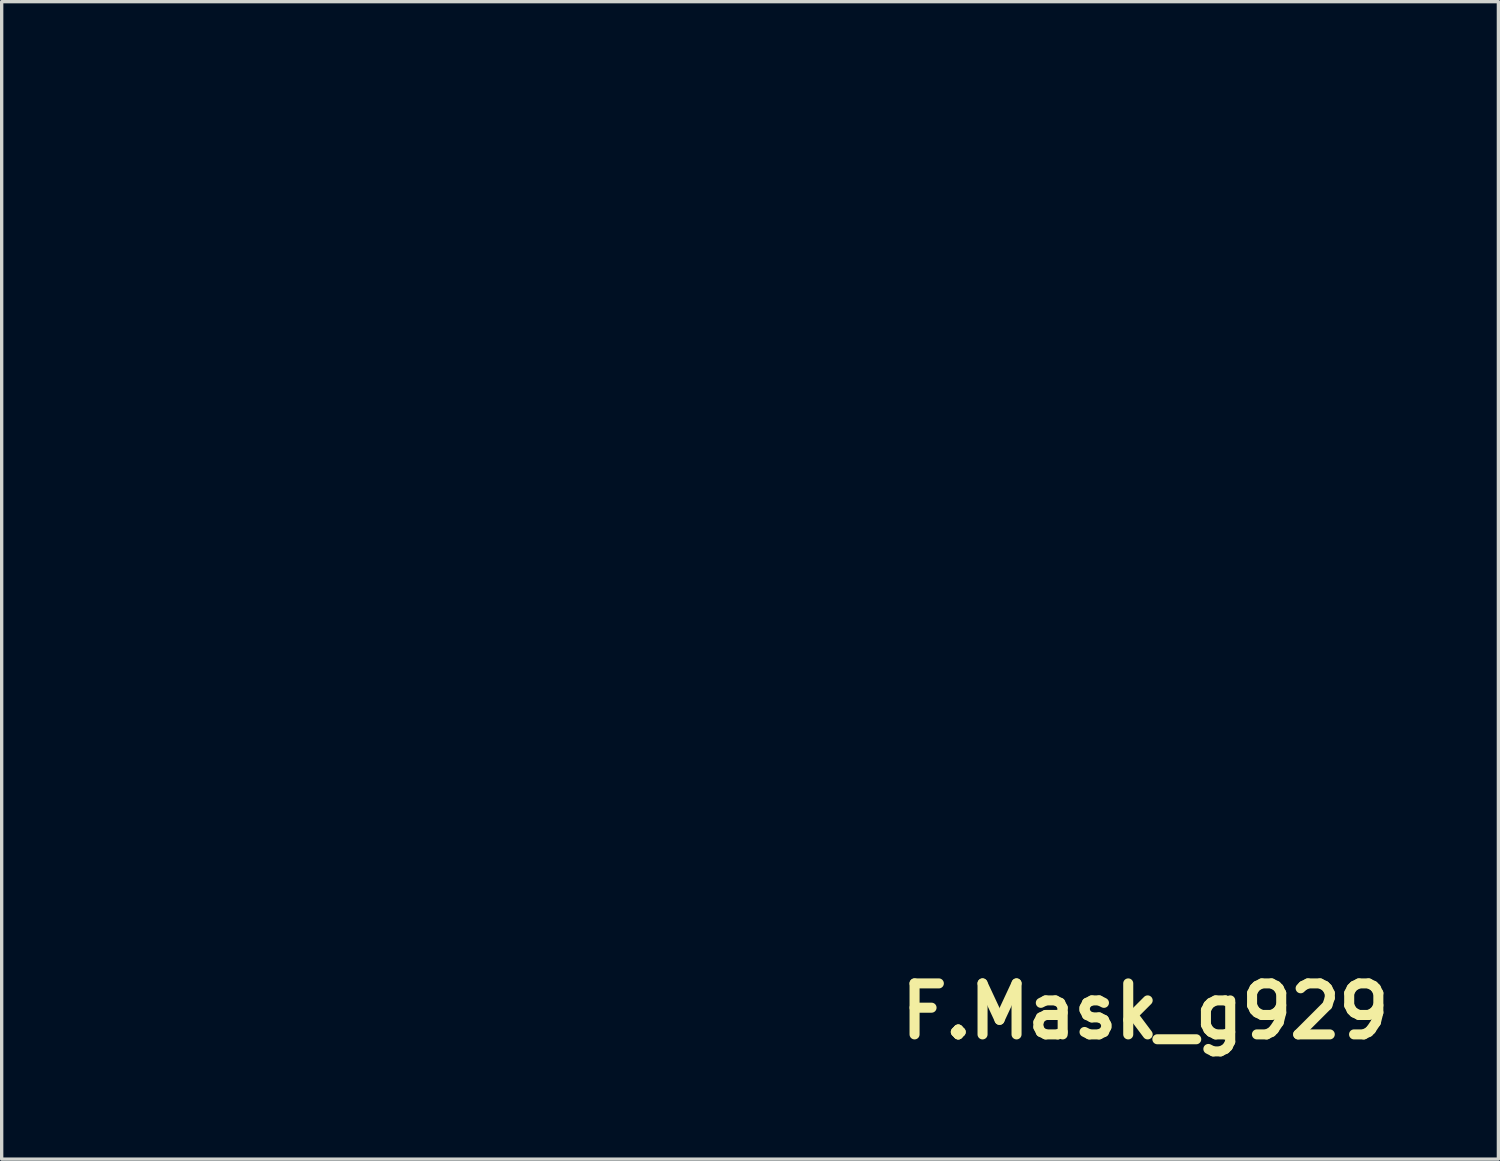
<source format=kicad_pcb>
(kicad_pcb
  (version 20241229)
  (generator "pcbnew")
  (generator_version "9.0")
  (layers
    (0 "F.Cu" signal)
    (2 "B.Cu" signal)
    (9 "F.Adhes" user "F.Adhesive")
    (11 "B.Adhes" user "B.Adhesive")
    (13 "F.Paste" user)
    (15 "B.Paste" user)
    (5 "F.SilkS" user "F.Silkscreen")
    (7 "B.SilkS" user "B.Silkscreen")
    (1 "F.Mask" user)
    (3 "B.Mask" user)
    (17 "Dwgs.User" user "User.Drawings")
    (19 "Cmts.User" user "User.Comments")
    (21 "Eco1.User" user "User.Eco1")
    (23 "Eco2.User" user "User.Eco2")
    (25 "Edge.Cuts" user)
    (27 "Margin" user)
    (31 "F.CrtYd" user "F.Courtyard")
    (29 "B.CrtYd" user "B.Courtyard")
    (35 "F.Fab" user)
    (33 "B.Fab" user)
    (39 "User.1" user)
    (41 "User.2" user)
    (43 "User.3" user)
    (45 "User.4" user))
  (footprint "F.Mask_g929"
    (layer "F.Cu")
    (at 31.178 27.176)
    (property "Reference" "F.Mask_g929" (at 0 0 0) (layer "F.SilkS") (effects (font (size 1.524 1.524) (thickness 0.3))))
    (attr through_hole)
    (fp_poly (pts (xy -23.337 -17.36) (xy -23.179 -17.332) (xy -23.049 -17.312) (xy -22.933 -17.3) (xy -22.818 -17.294) (xy -22.691 -17.292) (xy -22.521 -17.291) (xy -22.329 -17.286) (xy -22.124 -17.28) (xy -21.914 -17.271) (xy -21.707 -17.261) (xy -21.514 -17.25) (xy -21.341 -17.238) (xy -21.197 -17.225) (xy -21.141 -17.219) (xy -20.948 -17.195) (xy -20.788 -17.171) (xy -20.65 -17.144) (xy -20.524 -17.11) (xy -20.401 -17.068) (xy -20.271 -17.014) (xy -20.123 -16.946) (xy -20.045 -16.908) (xy -19.835 -16.804) (xy -19.66 -16.715) (xy -19.516 -16.637) (xy -19.398 -16.568) (xy -19.302 -16.506) (xy -19.224 -16.448) (xy -19.161 -16.393) (xy -19.157 -16.389) (xy -19.042 -16.277) (xy -18.869 -16.277) (xy -18.733 -16.274) (xy -18.579 -16.266) (xy -18.42 -16.254) (xy -18.266 -16.239) (xy -18.13 -16.222) (xy -18.021 -16.203) (xy -18.002 -16.199) (xy -17.923 -16.179) (xy -17.818 -16.147) (xy -17.701 -16.11) (xy -17.59 -16.071) (xy -17.506 -16.044) (xy -17.389 -16.008) (xy -17.244 -15.966) (xy -17.078 -15.92) (xy -16.898 -15.871) (xy -16.711 -15.821) (xy -16.552 -15.78) (xy -16.279 -15.71) (xy -16.042 -15.646) (xy -15.839 -15.588) (xy -15.663 -15.534) (xy -15.513 -15.482) (xy -15.382 -15.43) (xy -15.267 -15.378) (xy -15.163 -15.324) (xy -15.066 -15.265) (xy -14.973 -15.2) (xy -14.936 -15.173) (xy -14.772 -15.027) (xy -14.64 -14.857) (xy -14.535 -14.659) (xy -14.456 -14.429) (xy -14.454 -14.423) (xy -14.421 -14.246) (xy -14.407 -14.041) (xy -14.41 -13.818) (xy -14.431 -13.585) (xy -14.469 -13.352) (xy -14.522 -13.134) (xy -14.595 -12.91) (xy -14.677 -12.699) (xy -14.766 -12.51) (xy -14.859 -12.349) (xy -14.925 -12.255) (xy -15 -12.175) (xy -15.108 -12.08) (xy -15.244 -11.973) (xy -15.404 -11.858) (xy -15.582 -11.737) (xy -15.774 -11.614) (xy -15.975 -11.492) (xy -16.179 -11.375) (xy -16.383 -11.265) (xy -16.58 -11.165) (xy -16.606 -11.153) (xy -16.759 -11.081) (xy -16.885 -11.024) (xy -16.991 -10.98) (xy -17.09 -10.946) (xy -17.189 -10.918) (xy -17.299 -10.893) (xy -17.429 -10.868) (xy -17.558 -10.845) (xy -17.851 -10.8) (xy -18.111 -10.77) (xy -18.339 -10.757) (xy -18.53 -10.76) (xy -18.645 -10.772) (xy -18.761 -10.792) (xy -18.861 -10.817) (xy -18.953 -10.85) (xy -19.045 -10.895) (xy -19.146 -10.955) (xy -19.263 -11.036) (xy -19.389 -11.129) (xy -19.615 -11.299) (xy -19.808 -11.448) (xy -19.971 -11.577) (xy -20.106 -11.688) (xy -20.216 -11.784) (xy -20.251 -11.816) (xy -20.311 -11.871) (xy -20.36 -11.913) (xy -20.388 -11.936) (xy -20.392 -11.938) (xy -20.393 -11.92) (xy -20.384 -11.877) (xy -20.383 -11.869) (xy -20.357 -11.746) (xy -20.335 -11.589) (xy -20.318 -11.407) (xy -20.307 -11.207) (xy -20.301 -10.998) (xy -20.301 -10.788) (xy -20.307 -10.586) (xy -20.319 -10.399) (xy -20.321 -10.381) (xy -20.358 -10.144) (xy -20.422 -9.892) (xy -20.509 -9.632) (xy -20.616 -9.373) (xy -20.74 -9.125) (xy -20.875 -8.894) (xy -21.018 -8.69) (xy -21.139 -8.548) (xy -21.179 -8.506) (xy -21.212 -8.469) (xy -21.242 -8.438) (xy -21.273 -8.413) (xy -21.308 -8.392) (xy -21.351 -8.376) (xy -21.404 -8.364) (xy -21.472 -8.355) (xy -21.558 -8.35) (xy -21.665 -8.347) (xy -21.797 -8.347) (xy -21.957 -8.348) (xy -22.15 -8.351) (xy -22.377 -8.355) (xy -22.643 -8.359) (xy -22.657 -8.359) (xy -23.919 -8.379) (xy -24.062 -8.51) (xy -24.241 -8.666) (xy -24.399 -8.786) (xy -24.537 -8.87) (xy -24.655 -8.917) (xy -24.753 -8.929) (xy -24.833 -8.906) (xy -24.841 -8.901) (xy -24.868 -8.882) (xy -24.925 -8.838) (xy -25.008 -8.774) (xy -25.115 -8.691) (xy -25.241 -8.592) (xy -25.383 -8.481) (xy -25.538 -8.359) (xy -25.703 -8.229) (xy -25.745 -8.197) (xy -25.964 -8.024) (xy -26.155 -7.876) (xy -26.319 -7.75) (xy -26.462 -7.644) (xy -26.586 -7.554) (xy -26.695 -7.479) (xy -26.792 -7.416) (xy -26.882 -7.362) (xy -26.968 -7.316) (xy -27.054 -7.274) (xy -27.142 -7.234) (xy -27.146 -7.232) (xy -27.239 -7.194) (xy -27.324 -7.162) (xy -27.409 -7.135) (xy -27.497 -7.114) (xy -27.594 -7.097) (xy -27.706 -7.083) (xy -27.837 -7.073) (xy -27.994 -7.064) (xy -28.181 -7.057) (xy -28.404 -7.05) (xy -28.459 -7.049) (xy -28.648 -7.044) (xy -28.836 -7.039) (xy -29.015 -7.034) (xy -29.179 -7.03) (xy -29.319 -7.026) (xy -29.43 -7.023) (xy -29.485 -7.021) (xy -29.604 -7.02) (xy -29.724 -7.021) (xy -29.831 -7.026) (xy -29.898 -7.031) (xy -30.014 -7.05) (xy -30.139 -7.077) (xy -30.261 -7.109) (xy -30.365 -7.142) (xy -30.424 -7.167) (xy -30.561 -7.244) (xy -30.688 -7.333) (xy -30.797 -7.426) (xy -30.876 -7.515) (xy -30.887 -7.532) (xy -31.007 -7.744) (xy -31.094 -7.959) (xy -31.149 -8.184) (xy -31.173 -8.423) (xy -31.168 -8.684) (xy -31.148 -8.869) (xy -31.082 -9.239) (xy -30.982 -9.585) (xy -30.846 -9.91) (xy -30.673 -10.217) (xy -30.463 -10.509) (xy -30.212 -10.789) (xy -30.185 -10.816) (xy -30.004 -10.988) (xy -29.826 -11.138) (xy -29.638 -11.277) (xy -29.427 -11.413) (xy -29.303 -11.487) (xy -29.181 -11.556) (xy -29.052 -11.623) (xy -28.913 -11.69) (xy -28.757 -11.76) (xy -28.581 -11.834) (xy -28.379 -11.915) (xy -28.147 -12.005) (xy -27.881 -12.105) (xy -27.845 -12.118) (xy -27.517 -12.24) (xy -27.226 -12.347) (xy -26.968 -12.44) (xy -26.741 -12.522) (xy -26.539 -12.592) (xy -26.362 -12.652) (xy -26.205 -12.704) (xy -26.066 -12.747) (xy -25.941 -12.784) (xy -25.827 -12.815) (xy -25.721 -12.841) (xy -25.68 -12.85) (xy -25.463 -12.899) (xy -25.577 -13.017) (xy -25.755 -13.217) (xy -25.931 -13.449) (xy -26.101 -13.703) (xy -26.261 -13.973) (xy -26.407 -14.253) (xy -26.537 -14.534) (xy -26.645 -14.81) (xy -26.729 -15.074) (xy -26.785 -15.318) (xy -26.788 -15.335) (xy -26.81 -15.554) (xy -26.803 -15.751) (xy -26.767 -15.925) (xy -26.703 -16.072) (xy -26.612 -16.19) (xy -26.495 -16.278) (xy -26.437 -16.305) (xy -26.361 -16.339) (xy -26.286 -16.375) (xy -26.268 -16.385) (xy -26.086 -16.482) (xy -25.911 -16.566) (xy -25.735 -16.64) (xy -25.55 -16.707) (xy -25.348 -16.769) (xy -25.121 -16.831) (xy -24.862 -16.894) (xy -24.828 -16.902) (xy -24.665 -16.94) (xy -24.535 -16.973) (xy -24.432 -17.003) (xy -24.348 -17.033) (xy -24.276 -17.066) (xy -24.208 -17.105) (xy -24.138 -17.153) (xy -24.07 -17.202) (xy -23.985 -17.262) (xy -23.897 -17.32) (xy -23.822 -17.364) (xy -23.806 -17.372) (xy -23.697 -17.427) (xy -23.337 -17.36)) (stroke (width 0.01) (type solid)) (fill yes) (layer "F.Mask"))
    (fp_poly (pts (xy -26.633 -27.162) (xy -26.581 -27.131) (xy -26.505 -27.082) (xy -26.411 -27.018) (xy -26.303 -26.943) (xy -26.248 -26.903) (xy -26.135 -26.822) (xy -26.033 -26.75) (xy -25.948 -26.69) (xy -25.883 -26.645) (xy -25.845 -26.62) (xy -25.838 -26.616) (xy -25.815 -26.628) (xy -25.786 -26.669) (xy -25.773 -26.693) (xy -25.714 -26.78) (xy -25.624 -26.846) (xy -25.499 -26.894) (xy -25.42 -26.912) (xy -25.362 -26.919) (xy -25.268 -26.927) (xy -25.143 -26.935) (xy -24.994 -26.944) (xy -24.827 -26.952) (xy -24.647 -26.96) (xy -24.46 -26.967) (xy -24.274 -26.973) (xy -24.092 -26.978) (xy -23.922 -26.982) (xy -23.77 -26.985) (xy -23.641 -26.986) (xy -23.542 -26.985) (xy -23.483 -26.982) (xy -23.374 -26.966) (xy -23.29 -26.933) (xy -23.264 -26.917) (xy -23.2 -26.859) (xy -23.145 -26.781) (xy -23.106 -26.698) (xy -23.093 -26.632) (xy -23.088 -26.602) (xy -23.065 -26.595) (xy -23.024 -26.602) (xy -22.978 -26.607) (xy -22.9 -26.612) (xy -22.799 -26.615) (xy -22.685 -26.617) (xy -22.654 -26.617) (xy -22.352 -26.617) (xy -22.352 -26.67) (xy -22.333 -26.792) (xy -22.28 -26.903) (xy -22.199 -26.994) (xy -22.099 -27.057) (xy -22.055 -27.072) (xy -22.012 -27.078) (xy -21.932 -27.081) (xy -21.821 -27.083) (xy -21.684 -27.083) (xy -21.527 -27.082) (xy -21.356 -27.08) (xy -21.175 -27.076) (xy -20.992 -27.072) (xy -20.81 -27.066) (xy -20.637 -27.06) (xy -20.477 -27.053) (xy -20.335 -27.046) (xy -20.218 -27.038) (xy -20.131 -27.03) (xy -20.108 -27.027) (xy -19.94 -26.992) (xy -19.808 -26.937) (xy -19.713 -26.862) (xy -19.651 -26.767) (xy -19.642 -26.742) (xy -19.62 -26.675) (xy -19.182 -26.916) (xy -19.057 -26.984) (xy -18.944 -27.044) (xy -18.849 -27.094) (xy -18.776 -27.131) (xy -18.732 -27.153) (xy -18.721 -27.157) (xy -18.697 -27.139) (xy -18.67 -27.097) (xy -18.665 -27.088) (xy -18.632 -27.019) (xy -19.097 -26.765) (xy -19.225 -26.695) (xy -19.341 -26.631) (xy -19.441 -26.577) (xy -19.517 -26.534) (xy -19.566 -26.507) (xy -19.582 -26.499) (xy -19.59 -26.474) (xy -19.598 -26.415) (xy -19.607 -26.327) (xy -19.615 -26.219) (xy -19.621 -26.117) (xy -19.631 -25.954) (xy -19.642 -25.829) (xy -19.655 -25.737) (xy -19.67 -25.673) (xy -19.675 -25.658) (xy -19.734 -25.558) (xy -19.828 -25.469) (xy -19.958 -25.39) (xy -20.103 -25.328) (xy -20.309 -25.251) (xy -21.084 -25.281) (xy -21.285 -25.289) (xy -21.449 -25.296) (xy -21.579 -25.301) (xy -21.681 -25.307) (xy -21.76 -25.313) (xy -21.819 -25.32) (xy -21.864 -25.327) (xy -21.899 -25.336) (xy -21.929 -25.348) (xy -21.958 -25.361) (xy -21.973 -25.368) (xy -22.099 -25.444) (xy -22.191 -25.53) (xy -22.248 -25.617) (xy -22.29 -25.72) (xy -22.326 -25.851) (xy -22.353 -25.996) (xy -22.37 -26.142) (xy -22.373 -26.23) (xy -22.373 -26.234) (xy -22.2 -26.234) (xy -22.194 -26.103) (xy -22.182 -25.988) (xy -22.172 -25.937) (xy -22.138 -25.804) (xy -22.099 -25.705) (xy -22.048 -25.631) (xy -21.981 -25.572) (xy -21.931 -25.542) (xy -21.818 -25.478) (xy -21.169 -25.452) (xy -21.003 -25.446) (xy -20.847 -25.44) (xy -20.707 -25.435) (xy -20.589 -25.43) (xy -20.499 -25.427) (xy -20.443 -25.425) (xy -20.433 -25.424) (xy -20.359 -25.432) (xy -20.259 -25.457) (xy -20.168 -25.488) (xy -20.061 -25.53) (xy -19.978 -25.569) (xy -19.915 -25.612) (xy -19.869 -25.664) (xy -19.838 -25.731) (xy -19.817 -25.82) (xy -19.803 -25.936) (xy -19.793 -26.085) (xy -19.789 -26.171) (xy -19.782 -26.34) (xy -19.78 -26.473) (xy -19.785 -26.575) (xy -19.797 -26.652) (xy -19.817 -26.709) (xy -19.847 -26.751) (xy -19.886 -26.785) (xy -19.892 -26.789) (xy -19.927 -26.809) (xy -19.973 -26.826) (xy -20.034 -26.84) (xy -20.113 -26.853) (xy -20.213 -26.864) (xy -20.338 -26.873) (xy -20.491 -26.882) (xy -20.677 -26.89) (xy -20.899 -26.897) (xy -21.124 -26.904) (xy -21.35 -26.91) (xy -21.538 -26.915) (xy -21.691 -26.917) (xy -21.814 -26.916) (xy -21.909 -26.913) (xy -21.982 -26.906) (xy -22.036 -26.895) (xy -22.075 -26.88) (xy -22.103 -26.861) (xy -22.123 -26.836) (xy -22.14 -26.806) (xy -22.145 -26.797) (xy -22.166 -26.73) (xy -22.182 -26.63) (xy -22.194 -26.508) (xy -22.199 -26.373) (xy -22.2 -26.234) (xy -22.373 -26.234) (xy -22.376 -26.337) (xy -22.386 -26.404) (xy -22.4 -26.43) (xy -22.439 -26.441) (xy -22.509 -26.449) (xy -22.6 -26.453) (xy -22.701 -26.455) (xy -22.801 -26.453) (xy -22.889 -26.447) (xy -22.949 -26.438) (xy -23.067 -26.414) (xy -23.077 -26.113) (xy -23.091 -25.899) (xy -23.12 -25.722) (xy -23.164 -25.577) (xy -23.226 -25.46) (xy -23.308 -25.367) (xy -23.412 -25.295) (xy -23.469 -25.266) (xy -23.507 -25.25) (xy -23.543 -25.237) (xy -23.583 -25.227) (xy -23.632 -25.218) (xy -23.697 -25.212) (xy -23.782 -25.206) (xy -23.893 -25.201) (xy -24.036 -25.195) (xy -24.195 -25.189) (xy -24.36 -25.183) (xy -24.521 -25.177) (xy -24.67 -25.172) (xy -24.798 -25.166) (xy -24.9 -25.162) (xy -24.966 -25.159) (xy -24.966 -25.159) (xy -25.052 -25.157) (xy -25.12 -25.161) (xy -25.187 -25.174) (xy -25.268 -25.201) (xy -25.326 -25.222) (xy -25.463 -25.278) (xy -25.567 -25.332) (xy -25.644 -25.389) (xy -25.702 -25.456) (xy -25.744 -25.528) (xy -25.766 -25.573) (xy -25.782 -25.615) (xy -25.793 -25.663) (xy -25.802 -25.725) (xy -25.808 -25.807) (xy -25.815 -25.918) (xy -25.819 -26.019) (xy -25.825 -26.14) (xy -25.831 -26.245) (xy -25.832 -26.257) (xy -25.657 -26.257) (xy -25.652 -26.042) (xy -25.643 -25.869) (xy -25.629 -25.737) (xy -25.611 -25.646) (xy -25.61 -25.642) (xy -25.572 -25.567) (xy -25.504 -25.502) (xy -25.402 -25.442) (xy -25.285 -25.393) (xy -25.183 -25.358) (xy -25.103 -25.338) (xy -25.029 -25.33) (xy -24.959 -25.331) (xy -24.9 -25.333) (xy -24.806 -25.336) (xy -24.684 -25.341) (xy -24.542 -25.346) (xy -24.385 -25.352) (xy -24.225 -25.357) (xy -24.051 -25.364) (xy -23.914 -25.369) (xy -23.808 -25.374) (xy -23.728 -25.38) (xy -23.668 -25.387) (xy -23.623 -25.395) (xy -23.587 -25.406) (xy -23.554 -25.419) (xy -23.519 -25.436) (xy -23.517 -25.437) (xy -23.428 -25.496) (xy -23.358 -25.577) (xy -23.306 -25.681) (xy -23.27 -25.814) (xy -23.25 -25.978) (xy -23.243 -26.177) (xy -23.245 -26.3) (xy -23.251 -26.445) (xy -23.26 -26.555) (xy -23.274 -26.636) (xy -23.295 -26.694) (xy -23.324 -26.737) (xy -23.365 -26.77) (xy -23.387 -26.784) (xy -23.406 -26.794) (xy -23.426 -26.802) (xy -23.451 -26.809) (xy -23.486 -26.813) (xy -23.535 -26.816) (xy -23.602 -26.817) (xy -23.69 -26.817) (xy -23.804 -26.814) (xy -23.948 -26.811) (xy -24.126 -26.806) (xy -24.342 -26.799) (xy -24.35 -26.799) (xy -24.545 -26.793) (xy -24.731 -26.786) (xy -24.903 -26.779) (xy -25.055 -26.772) (xy -25.182 -26.765) (xy -25.28 -26.759) (xy -25.342 -26.753) (xy -25.357 -26.751) (xy -25.461 -26.727) (xy -25.539 -26.697) (xy -25.593 -26.653) (xy -25.629 -26.59) (xy -25.649 -26.501) (xy -25.657 -26.382) (xy -25.657 -26.257) (xy -25.832 -26.257) (xy -25.837 -26.329) (xy -25.842 -26.383) (xy -25.845 -26.401) (xy -25.864 -26.415) (xy -25.913 -26.45) (xy -25.987 -26.503) (xy -26.081 -26.57) (xy -26.19 -26.648) (xy -26.278 -26.711) (xy -26.396 -26.796) (xy -26.503 -26.873) (xy -26.594 -26.939) (xy -26.664 -26.989) (xy -26.708 -27.022) (xy -26.721 -27.032) (xy -26.726 -27.061) (xy -26.711 -27.105) (xy -26.685 -27.148) (xy -26.657 -27.171) (xy -26.633 -27.162)) (stroke (width 0.01) (type solid)) (fill yes) (layer "F.Mask")))
  (gr_rect
    (start -3 -3)
    (end 41.733 31.594)
    (stroke (width 0.1) (type default))
    (fill no)
    (layer "Edge.Cuts")))
</source>
